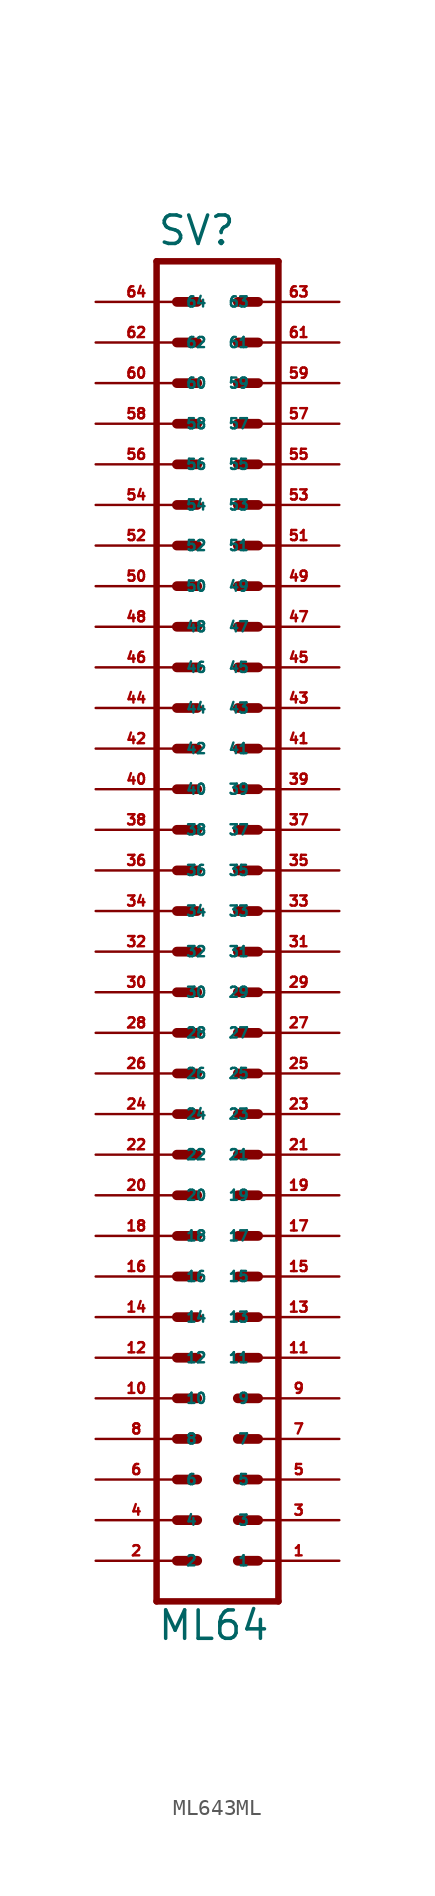
<source format=kicad_sym>
(kicad_symbol_lib
  (version 20220914)
  (generator Eagle2Kicad)
  (symbol "ML643ML"
    (property "Reference" "SV"
      (at -3.81 44.069 0)
      (effects (font (size 1.778 1.778) (thickness 0.22)) (justify left bottom)))
    (property "Value" "ML64"
      (at -3.81 -43.18 0)
      (effects (font (size 1.778 1.778) (thickness 0.22)) (justify left bottom)))
    (polyline
      (pts (xy 3.81 -40.64) (xy -3.81 -40.64))
      (stroke (width 0.406) (type default))
      (fill (type none)))
    (polyline
      (pts (xy -3.81 43.18) (xy -3.81 -40.64))
      (stroke (width 0.406) (type default))
      (fill (type none)))
    (polyline
      (pts (xy -3.81 43.18) (xy 3.81 43.18))
      (stroke (width 0.406) (type default))
      (fill (type none)))
    (polyline
      (pts (xy 3.81 -40.64) (xy 3.81 43.18))
      (stroke (width 0.406) (type default))
      (fill (type none)))
    (polyline
      (pts (xy 1.27 -27.94) (xy 2.54 -27.94))
      (stroke (width 0.61) (type default))
      (fill (type none)))
    (polyline
      (pts (xy 1.27 -30.48) (xy 2.54 -30.48))
      (stroke (width 0.61) (type default))
      (fill (type none)))
    (polyline
      (pts (xy 1.27 -33.02) (xy 2.54 -33.02))
      (stroke (width 0.61) (type default))
      (fill (type none)))
    (polyline
      (pts (xy 1.27 -35.56) (xy 2.54 -35.56))
      (stroke (width 0.61) (type default))
      (fill (type none)))
    (polyline
      (pts (xy 1.27 -38.1) (xy 2.54 -38.1))
      (stroke (width 0.61) (type default))
      (fill (type none)))
    (polyline
      (pts (xy -2.54 -27.94) (xy -1.27 -27.94))
      (stroke (width 0.61) (type default))
      (fill (type none)))
    (polyline
      (pts (xy -2.54 -30.48) (xy -1.27 -30.48))
      (stroke (width 0.61) (type default))
      (fill (type none)))
    (polyline
      (pts (xy -2.54 -33.02) (xy -1.27 -33.02))
      (stroke (width 0.61) (type default))
      (fill (type none)))
    (polyline
      (pts (xy -2.54 -35.56) (xy -1.27 -35.56))
      (stroke (width 0.61) (type default))
      (fill (type none)))
    (polyline
      (pts (xy -2.54 -38.1) (xy -1.27 -38.1))
      (stroke (width 0.61) (type default))
      (fill (type none)))
    (polyline
      (pts (xy 1.27 -25.4) (xy 2.54 -25.4))
      (stroke (width 0.61) (type default))
      (fill (type none)))
    (polyline
      (pts (xy 1.27 -22.86) (xy 2.54 -22.86))
      (stroke (width 0.61) (type default))
      (fill (type none)))
    (polyline
      (pts (xy 1.27 -20.32) (xy 2.54 -20.32))
      (stroke (width 0.61) (type default))
      (fill (type none)))
    (polyline
      (pts (xy 1.27 -17.78) (xy 2.54 -17.78))
      (stroke (width 0.61) (type default))
      (fill (type none)))
    (polyline
      (pts (xy 1.27 -15.24) (xy 2.54 -15.24))
      (stroke (width 0.61) (type default))
      (fill (type none)))
    (polyline
      (pts (xy -2.54 -25.4) (xy -1.27 -25.4))
      (stroke (width 0.61) (type default))
      (fill (type none)))
    (polyline
      (pts (xy -2.54 -22.86) (xy -1.27 -22.86))
      (stroke (width 0.61) (type default))
      (fill (type none)))
    (polyline
      (pts (xy -2.54 -20.32) (xy -1.27 -20.32))
      (stroke (width 0.61) (type default))
      (fill (type none)))
    (polyline
      (pts (xy -2.54 -17.78) (xy -1.27 -17.78))
      (stroke (width 0.61) (type default))
      (fill (type none)))
    (polyline
      (pts (xy -2.54 -15.24) (xy -1.27 -15.24))
      (stroke (width 0.61) (type default))
      (fill (type none)))
    (polyline
      (pts (xy 1.27 -12.7) (xy 2.54 -12.7))
      (stroke (width 0.61) (type default))
      (fill (type none)))
    (polyline
      (pts (xy 1.27 -10.16) (xy 2.54 -10.16))
      (stroke (width 0.61) (type default))
      (fill (type none)))
    (polyline
      (pts (xy 1.27 -7.62) (xy 2.54 -7.62))
      (stroke (width 0.61) (type default))
      (fill (type none)))
    (polyline
      (pts (xy -2.54 -12.7) (xy -1.27 -12.7))
      (stroke (width 0.61) (type default))
      (fill (type none)))
    (polyline
      (pts (xy -2.54 -10.16) (xy -1.27 -10.16))
      (stroke (width 0.61) (type default))
      (fill (type none)))
    (polyline
      (pts (xy -2.54 -7.62) (xy -1.27 -7.62))
      (stroke (width 0.61) (type default))
      (fill (type none)))
    (polyline
      (pts (xy 1.27 -5.08) (xy 2.54 -5.08))
      (stroke (width 0.61) (type default))
      (fill (type none)))
    (polyline
      (pts (xy 1.27 -2.54) (xy 2.54 -2.54))
      (stroke (width 0.61) (type default))
      (fill (type none)))
    (polyline
      (pts (xy 1.27 0) (xy 2.54 0))
      (stroke (width 0.61) (type default))
      (fill (type none)))
    (polyline
      (pts (xy 1.27 2.54) (xy 2.54 2.54))
      (stroke (width 0.61) (type default))
      (fill (type none)))
    (polyline
      (pts (xy 1.27 5.08) (xy 2.54 5.08))
      (stroke (width 0.61) (type default))
      (fill (type none)))
    (polyline
      (pts (xy 1.27 7.62) (xy 2.54 7.62))
      (stroke (width 0.61) (type default))
      (fill (type none)))
    (polyline
      (pts (xy 1.27 10.16) (xy 2.54 10.16))
      (stroke (width 0.61) (type default))
      (fill (type none)))
    (polyline
      (pts (xy -2.54 -5.08) (xy -1.27 -5.08))
      (stroke (width 0.61) (type default))
      (fill (type none)))
    (polyline
      (pts (xy -2.54 -2.54) (xy -1.27 -2.54))
      (stroke (width 0.61) (type default))
      (fill (type none)))
    (polyline
      (pts (xy -2.54 0) (xy -1.27 0))
      (stroke (width 0.61) (type default))
      (fill (type none)))
    (polyline
      (pts (xy -2.54 2.54) (xy -1.27 2.54))
      (stroke (width 0.61) (type default))
      (fill (type none)))
    (polyline
      (pts (xy -2.54 5.08) (xy -1.27 5.08))
      (stroke (width 0.61) (type default))
      (fill (type none)))
    (polyline
      (pts (xy -2.54 7.62) (xy -1.27 7.62))
      (stroke (width 0.61) (type default))
      (fill (type none)))
    (polyline
      (pts (xy -2.54 10.16) (xy -1.27 10.16))
      (stroke (width 0.61) (type default))
      (fill (type none)))
    (polyline
      (pts (xy -2.54 12.7) (xy -1.27 12.7))
      (stroke (width 0.61) (type default))
      (fill (type none)))
    (polyline
      (pts (xy -2.54 15.24) (xy -1.27 15.24))
      (stroke (width 0.61) (type default))
      (fill (type none)))
    (polyline
      (pts (xy -2.54 17.78) (xy -1.27 17.78))
      (stroke (width 0.61) (type default))
      (fill (type none)))
    (polyline
      (pts (xy 1.27 12.7) (xy 2.54 12.7))
      (stroke (width 0.61) (type default))
      (fill (type none)))
    (polyline
      (pts (xy 1.27 15.24) (xy 2.54 15.24))
      (stroke (width 0.61) (type default))
      (fill (type none)))
    (polyline
      (pts (xy 1.27 17.78) (xy 2.54 17.78))
      (stroke (width 0.61) (type default))
      (fill (type none)))
    (polyline
      (pts (xy -2.54 20.32) (xy -1.27 20.32))
      (stroke (width 0.61) (type default))
      (fill (type none)))
    (polyline
      (pts (xy -2.54 22.86) (xy -1.27 22.86))
      (stroke (width 0.61) (type default))
      (fill (type none)))
    (polyline
      (pts (xy 1.27 20.32) (xy 2.54 20.32))
      (stroke (width 0.61) (type default))
      (fill (type none)))
    (polyline
      (pts (xy 1.27 22.86) (xy 2.54 22.86))
      (stroke (width 0.61) (type default))
      (fill (type none)))
    (polyline
      (pts (xy -2.54 25.4) (xy -1.27 25.4))
      (stroke (width 0.61) (type default))
      (fill (type none)))
    (polyline
      (pts (xy -2.54 27.94) (xy -1.27 27.94))
      (stroke (width 0.61) (type default))
      (fill (type none)))
    (polyline
      (pts (xy -2.54 30.48) (xy -1.27 30.48))
      (stroke (width 0.61) (type default))
      (fill (type none)))
    (polyline
      (pts (xy -2.54 33.02) (xy -1.27 33.02))
      (stroke (width 0.61) (type default))
      (fill (type none)))
    (polyline
      (pts (xy -2.54 35.56) (xy -1.27 35.56))
      (stroke (width 0.61) (type default))
      (fill (type none)))
    (polyline
      (pts (xy -2.54 38.1) (xy -1.27 38.1))
      (stroke (width 0.61) (type default))
      (fill (type none)))
    (polyline
      (pts (xy -2.54 40.64) (xy -1.27 40.64))
      (stroke (width 0.61) (type default))
      (fill (type none)))
    (polyline
      (pts (xy 1.27 25.4) (xy 2.54 25.4))
      (stroke (width 0.61) (type default))
      (fill (type none)))
    (polyline
      (pts (xy 1.27 27.94) (xy 2.54 27.94))
      (stroke (width 0.61) (type default))
      (fill (type none)))
    (polyline
      (pts (xy 1.27 30.48) (xy 2.54 30.48))
      (stroke (width 0.61) (type default))
      (fill (type none)))
    (polyline
      (pts (xy 1.27 33.02) (xy 2.54 33.02))
      (stroke (width 0.61) (type default))
      (fill (type none)))
    (polyline
      (pts (xy 1.27 35.56) (xy 2.54 35.56))
      (stroke (width 0.61) (type default))
      (fill (type none)))
    (polyline
      (pts (xy 1.27 38.1) (xy 2.54 38.1))
      (stroke (width 0.61) (type default))
      (fill (type none)))
    (polyline
      (pts (xy 1.27 40.64) (xy 2.54 40.64))
      (stroke (width 0.61) (type default))
      (fill (type none)))
    (pin passive line
      (at 7.62 -38.1 180)
      (length 5.08)
      (name "1" (effects (font (size 0.635 0.635) (thickness 0.08)) (justify left bottom)))
      (number "1" (effects (font (size 0.635 0.635) (thickness 0.08)) (justify left bottom))))
    (pin passive line
      (at 7.62 -35.56 180)
      (length 5.08)
      (name "3" (effects (font (size 0.635 0.635) (thickness 0.08)) (justify left bottom)))
      (number "3" (effects (font (size 0.635 0.635) (thickness 0.08)) (justify left bottom))))
    (pin passive line
      (at 7.62 -33.02 180)
      (length 5.08)
      (name "5" (effects (font (size 0.635 0.635) (thickness 0.08)) (justify left bottom)))
      (number "5" (effects (font (size 0.635 0.635) (thickness 0.08)) (justify left bottom))))
    (pin passive line
      (at 7.62 -30.48 180)
      (length 5.08)
      (name "7" (effects (font (size 0.635 0.635) (thickness 0.08)) (justify left bottom)))
      (number "7" (effects (font (size 0.635 0.635) (thickness 0.08)) (justify left bottom))))
    (pin passive line
      (at 7.62 -27.94 180)
      (length 5.08)
      (name "9" (effects (font (size 0.635 0.635) (thickness 0.08)) (justify left bottom)))
      (number "9" (effects (font (size 0.635 0.635) (thickness 0.08)) (justify left bottom))))
    (pin passive line
      (at 7.62 -25.4 180)
      (length 5.08)
      (name "11" (effects (font (size 0.635 0.635) (thickness 0.08)) (justify left bottom)))
      (number "11" (effects (font (size 0.635 0.635) (thickness 0.08)) (justify left bottom))))
    (pin passive line
      (at 7.62 -22.86 180)
      (length 5.08)
      (name "13" (effects (font (size 0.635 0.635) (thickness 0.08)) (justify left bottom)))
      (number "13" (effects (font (size 0.635 0.635) (thickness 0.08)) (justify left bottom))))
    (pin passive line
      (at 7.62 -20.32 180)
      (length 5.08)
      (name "15" (effects (font (size 0.635 0.635) (thickness 0.08)) (justify left bottom)))
      (number "15" (effects (font (size 0.635 0.635) (thickness 0.08)) (justify left bottom))))
    (pin passive line
      (at 7.62 -17.78 180)
      (length 5.08)
      (name "17" (effects (font (size 0.635 0.635) (thickness 0.08)) (justify left bottom)))
      (number "17" (effects (font (size 0.635 0.635) (thickness 0.08)) (justify left bottom))))
    (pin passive line
      (at 7.62 -15.24 180)
      (length 5.08)
      (name "19" (effects (font (size 0.635 0.635) (thickness 0.08)) (justify left bottom)))
      (number "19" (effects (font (size 0.635 0.635) (thickness 0.08)) (justify left bottom))))
    (pin passive line
      (at 7.62 -12.7 180)
      (length 5.08)
      (name "21" (effects (font (size 0.635 0.635) (thickness 0.08)) (justify left bottom)))
      (number "21" (effects (font (size 0.635 0.635) (thickness 0.08)) (justify left bottom))))
    (pin passive line
      (at 7.62 -10.16 180)
      (length 5.08)
      (name "23" (effects (font (size 0.635 0.635) (thickness 0.08)) (justify left bottom)))
      (number "23" (effects (font (size 0.635 0.635) (thickness 0.08)) (justify left bottom))))
    (pin passive line
      (at 7.62 -7.62 180)
      (length 5.08)
      (name "25" (effects (font (size 0.635 0.635) (thickness 0.08)) (justify left bottom)))
      (number "25" (effects (font (size 0.635 0.635) (thickness 0.08)) (justify left bottom))))
    (pin passive line
      (at 7.62 -5.08 180)
      (length 5.08)
      (name "27" (effects (font (size 0.635 0.635) (thickness 0.08)) (justify left bottom)))
      (number "27" (effects (font (size 0.635 0.635) (thickness 0.08)) (justify left bottom))))
    (pin passive line
      (at 7.62 -2.54 180)
      (length 5.08)
      (name "29" (effects (font (size 0.635 0.635) (thickness 0.08)) (justify left bottom)))
      (number "29" (effects (font (size 0.635 0.635) (thickness 0.08)) (justify left bottom))))
    (pin passive line
      (at 7.62 0 180)
      (length 5.08)
      (name "31" (effects (font (size 0.635 0.635) (thickness 0.08)) (justify left bottom)))
      (number "31" (effects (font (size 0.635 0.635) (thickness 0.08)) (justify left bottom))))
    (pin passive line
      (at 7.62 2.54 180)
      (length 5.08)
      (name "33" (effects (font (size 0.635 0.635) (thickness 0.08)) (justify left bottom)))
      (number "33" (effects (font (size 0.635 0.635) (thickness 0.08)) (justify left bottom))))
    (pin passive line
      (at 7.62 5.08 180)
      (length 5.08)
      (name "35" (effects (font (size 0.635 0.635) (thickness 0.08)) (justify left bottom)))
      (number "35" (effects (font (size 0.635 0.635) (thickness 0.08)) (justify left bottom))))
    (pin passive line
      (at 7.62 7.62 180)
      (length 5.08)
      (name "37" (effects (font (size 0.635 0.635) (thickness 0.08)) (justify left bottom)))
      (number "37" (effects (font (size 0.635 0.635) (thickness 0.08)) (justify left bottom))))
    (pin passive line
      (at 7.62 10.16 180)
      (length 5.08)
      (name "39" (effects (font (size 0.635 0.635) (thickness 0.08)) (justify left bottom)))
      (number "39" (effects (font (size 0.635 0.635) (thickness 0.08)) (justify left bottom))))
    (pin passive line
      (at -7.62 -38.1 0)
      (length 5.08)
      (name "2" (effects (font (size 0.635 0.635) (thickness 0.08)) (justify left bottom)))
      (number "2" (effects (font (size 0.635 0.635) (thickness 0.08)) (justify left bottom))))
    (pin passive line
      (at -7.62 -35.56 0)
      (length 5.08)
      (name "4" (effects (font (size 0.635 0.635) (thickness 0.08)) (justify left bottom)))
      (number "4" (effects (font (size 0.635 0.635) (thickness 0.08)) (justify left bottom))))
    (pin passive line
      (at -7.62 -33.02 0)
      (length 5.08)
      (name "6" (effects (font (size 0.635 0.635) (thickness 0.08)) (justify left bottom)))
      (number "6" (effects (font (size 0.635 0.635) (thickness 0.08)) (justify left bottom))))
    (pin passive line
      (at -7.62 -30.48 0)
      (length 5.08)
      (name "8" (effects (font (size 0.635 0.635) (thickness 0.08)) (justify left bottom)))
      (number "8" (effects (font (size 0.635 0.635) (thickness 0.08)) (justify left bottom))))
    (pin passive line
      (at -7.62 -27.94 0)
      (length 5.08)
      (name "10" (effects (font (size 0.635 0.635) (thickness 0.08)) (justify left bottom)))
      (number "10" (effects (font (size 0.635 0.635) (thickness 0.08)) (justify left bottom))))
    (pin passive line
      (at -7.62 -25.4 0)
      (length 5.08)
      (name "12" (effects (font (size 0.635 0.635) (thickness 0.08)) (justify left bottom)))
      (number "12" (effects (font (size 0.635 0.635) (thickness 0.08)) (justify left bottom))))
    (pin passive line
      (at -7.62 -22.86 0)
      (length 5.08)
      (name "14" (effects (font (size 0.635 0.635) (thickness 0.08)) (justify left bottom)))
      (number "14" (effects (font (size 0.635 0.635) (thickness 0.08)) (justify left bottom))))
    (pin passive line
      (at -7.62 -20.32 0)
      (length 5.08)
      (name "16" (effects (font (size 0.635 0.635) (thickness 0.08)) (justify left bottom)))
      (number "16" (effects (font (size 0.635 0.635) (thickness 0.08)) (justify left bottom))))
    (pin passive line
      (at -7.62 -17.78 0)
      (length 5.08)
      (name "18" (effects (font (size 0.635 0.635) (thickness 0.08)) (justify left bottom)))
      (number "18" (effects (font (size 0.635 0.635) (thickness 0.08)) (justify left bottom))))
    (pin passive line
      (at -7.62 -15.24 0)
      (length 5.08)
      (name "20" (effects (font (size 0.635 0.635) (thickness 0.08)) (justify left bottom)))
      (number "20" (effects (font (size 0.635 0.635) (thickness 0.08)) (justify left bottom))))
    (pin passive line
      (at -7.62 -12.7 0)
      (length 5.08)
      (name "22" (effects (font (size 0.635 0.635) (thickness 0.08)) (justify left bottom)))
      (number "22" (effects (font (size 0.635 0.635) (thickness 0.08)) (justify left bottom))))
    (pin passive line
      (at -7.62 -10.16 0)
      (length 5.08)
      (name "24" (effects (font (size 0.635 0.635) (thickness 0.08)) (justify left bottom)))
      (number "24" (effects (font (size 0.635 0.635) (thickness 0.08)) (justify left bottom))))
    (pin passive line
      (at -7.62 -7.62 0)
      (length 5.08)
      (name "26" (effects (font (size 0.635 0.635) (thickness 0.08)) (justify left bottom)))
      (number "26" (effects (font (size 0.635 0.635) (thickness 0.08)) (justify left bottom))))
    (pin passive line
      (at -7.62 -5.08 0)
      (length 5.08)
      (name "28" (effects (font (size 0.635 0.635) (thickness 0.08)) (justify left bottom)))
      (number "28" (effects (font (size 0.635 0.635) (thickness 0.08)) (justify left bottom))))
    (pin passive line
      (at -7.62 -2.54 0)
      (length 5.08)
      (name "30" (effects (font (size 0.635 0.635) (thickness 0.08)) (justify left bottom)))
      (number "30" (effects (font (size 0.635 0.635) (thickness 0.08)) (justify left bottom))))
    (pin passive line
      (at -7.62 0 0)
      (length 5.08)
      (name "32" (effects (font (size 0.635 0.635) (thickness 0.08)) (justify left bottom)))
      (number "32" (effects (font (size 0.635 0.635) (thickness 0.08)) (justify left bottom))))
    (pin passive line
      (at -7.62 2.54 0)
      (length 5.08)
      (name "34" (effects (font (size 0.635 0.635) (thickness 0.08)) (justify left bottom)))
      (number "34" (effects (font (size 0.635 0.635) (thickness 0.08)) (justify left bottom))))
    (pin passive line
      (at -7.62 5.08 0)
      (length 5.08)
      (name "36" (effects (font (size 0.635 0.635) (thickness 0.08)) (justify left bottom)))
      (number "36" (effects (font (size 0.635 0.635) (thickness 0.08)) (justify left bottom))))
    (pin passive line
      (at -7.62 7.62 0)
      (length 5.08)
      (name "38" (effects (font (size 0.635 0.635) (thickness 0.08)) (justify left bottom)))
      (number "38" (effects (font (size 0.635 0.635) (thickness 0.08)) (justify left bottom))))
    (pin passive line
      (at -7.62 10.16 0)
      (length 5.08)
      (name "40" (effects (font (size 0.635 0.635) (thickness 0.08)) (justify left bottom)))
      (number "40" (effects (font (size 0.635 0.635) (thickness 0.08)) (justify left bottom))))
    (pin passive line
      (at 7.62 12.7 180)
      (length 5.08)
      (name "41" (effects (font (size 0.635 0.635) (thickness 0.08)) (justify left bottom)))
      (number "41" (effects (font (size 0.635 0.635) (thickness 0.08)) (justify left bottom))))
    (pin passive line
      (at 7.62 15.24 180)
      (length 5.08)
      (name "43" (effects (font (size 0.635 0.635) (thickness 0.08)) (justify left bottom)))
      (number "43" (effects (font (size 0.635 0.635) (thickness 0.08)) (justify left bottom))))
    (pin passive line
      (at 7.62 17.78 180)
      (length 5.08)
      (name "45" (effects (font (size 0.635 0.635) (thickness 0.08)) (justify left bottom)))
      (number "45" (effects (font (size 0.635 0.635) (thickness 0.08)) (justify left bottom))))
    (pin passive line
      (at 7.62 20.32 180)
      (length 5.08)
      (name "47" (effects (font (size 0.635 0.635) (thickness 0.08)) (justify left bottom)))
      (number "47" (effects (font (size 0.635 0.635) (thickness 0.08)) (justify left bottom))))
    (pin passive line
      (at 7.62 22.86 180)
      (length 5.08)
      (name "49" (effects (font (size 0.635 0.635) (thickness 0.08)) (justify left bottom)))
      (number "49" (effects (font (size 0.635 0.635) (thickness 0.08)) (justify left bottom))))
    (pin passive line
      (at -7.62 12.7 0)
      (length 5.08)
      (name "42" (effects (font (size 0.635 0.635) (thickness 0.08)) (justify left bottom)))
      (number "42" (effects (font (size 0.635 0.635) (thickness 0.08)) (justify left bottom))))
    (pin passive line
      (at -7.62 15.24 0)
      (length 5.08)
      (name "44" (effects (font (size 0.635 0.635) (thickness 0.08)) (justify left bottom)))
      (number "44" (effects (font (size 0.635 0.635) (thickness 0.08)) (justify left bottom))))
    (pin passive line
      (at -7.62 17.78 0)
      (length 5.08)
      (name "46" (effects (font (size 0.635 0.635) (thickness 0.08)) (justify left bottom)))
      (number "46" (effects (font (size 0.635 0.635) (thickness 0.08)) (justify left bottom))))
    (pin passive line
      (at -7.62 20.32 0)
      (length 5.08)
      (name "48" (effects (font (size 0.635 0.635) (thickness 0.08)) (justify left bottom)))
      (number "48" (effects (font (size 0.635 0.635) (thickness 0.08)) (justify left bottom))))
    (pin passive line
      (at -7.62 22.86 0)
      (length 5.08)
      (name "50" (effects (font (size 0.635 0.635) (thickness 0.08)) (justify left bottom)))
      (number "50" (effects (font (size 0.635 0.635) (thickness 0.08)) (justify left bottom))))
    (pin passive line
      (at 7.62 25.4 180)
      (length 5.08)
      (name "51" (effects (font (size 0.635 0.635) (thickness 0.08)) (justify left bottom)))
      (number "51" (effects (font (size 0.635 0.635) (thickness 0.08)) (justify left bottom))))
    (pin passive line
      (at 7.62 27.94 180)
      (length 5.08)
      (name "53" (effects (font (size 0.635 0.635) (thickness 0.08)) (justify left bottom)))
      (number "53" (effects (font (size 0.635 0.635) (thickness 0.08)) (justify left bottom))))
    (pin passive line
      (at 7.62 30.48 180)
      (length 5.08)
      (name "55" (effects (font (size 0.635 0.635) (thickness 0.08)) (justify left bottom)))
      (number "55" (effects (font (size 0.635 0.635) (thickness 0.08)) (justify left bottom))))
    (pin passive line
      (at 7.62 33.02 180)
      (length 5.08)
      (name "57" (effects (font (size 0.635 0.635) (thickness 0.08)) (justify left bottom)))
      (number "57" (effects (font (size 0.635 0.635) (thickness 0.08)) (justify left bottom))))
    (pin passive line
      (at 7.62 35.56 180)
      (length 5.08)
      (name "59" (effects (font (size 0.635 0.635) (thickness 0.08)) (justify left bottom)))
      (number "59" (effects (font (size 0.635 0.635) (thickness 0.08)) (justify left bottom))))
    (pin passive line
      (at 7.62 38.1 180)
      (length 5.08)
      (name "61" (effects (font (size 0.635 0.635) (thickness 0.08)) (justify left bottom)))
      (number "61" (effects (font (size 0.635 0.635) (thickness 0.08)) (justify left bottom))))
    (pin passive line
      (at 7.62 40.64 180)
      (length 5.08)
      (name "63" (effects (font (size 0.635 0.635) (thickness 0.08)) (justify left bottom)))
      (number "63" (effects (font (size 0.635 0.635) (thickness 0.08)) (justify left bottom))))
    (pin passive line
      (at -7.62 25.4 0)
      (length 5.08)
      (name "52" (effects (font (size 0.635 0.635) (thickness 0.08)) (justify left bottom)))
      (number "52" (effects (font (size 0.635 0.635) (thickness 0.08)) (justify left bottom))))
    (pin passive line
      (at -7.62 27.94 0)
      (length 5.08)
      (name "54" (effects (font (size 0.635 0.635) (thickness 0.08)) (justify left bottom)))
      (number "54" (effects (font (size 0.635 0.635) (thickness 0.08)) (justify left bottom))))
    (pin passive line
      (at -7.62 30.48 0)
      (length 5.08)
      (name "56" (effects (font (size 0.635 0.635) (thickness 0.08)) (justify left bottom)))
      (number "56" (effects (font (size 0.635 0.635) (thickness 0.08)) (justify left bottom))))
    (pin passive line
      (at -7.62 33.02 0)
      (length 5.08)
      (name "58" (effects (font (size 0.635 0.635) (thickness 0.08)) (justify left bottom)))
      (number "58" (effects (font (size 0.635 0.635) (thickness 0.08)) (justify left bottom))))
    (pin passive line
      (at -7.62 35.56 0)
      (length 5.08)
      (name "60" (effects (font (size 0.635 0.635) (thickness 0.08)) (justify left bottom)))
      (number "60" (effects (font (size 0.635 0.635) (thickness 0.08)) (justify left bottom))))
    (pin passive line
      (at -7.62 38.1 0)
      (length 5.08)
      (name "62" (effects (font (size 0.635 0.635) (thickness 0.08)) (justify left bottom)))
      (number "62" (effects (font (size 0.635 0.635) (thickness 0.08)) (justify left bottom))))
    (pin passive line
      (at -7.62 40.64 0)
      (length 5.08)
      (name "64" (effects (font (size 0.635 0.635) (thickness 0.08)) (justify left bottom)))
      (number "64" (effects (font (size 0.635 0.635) (thickness 0.08)) (justify left bottom))))))
</source>
